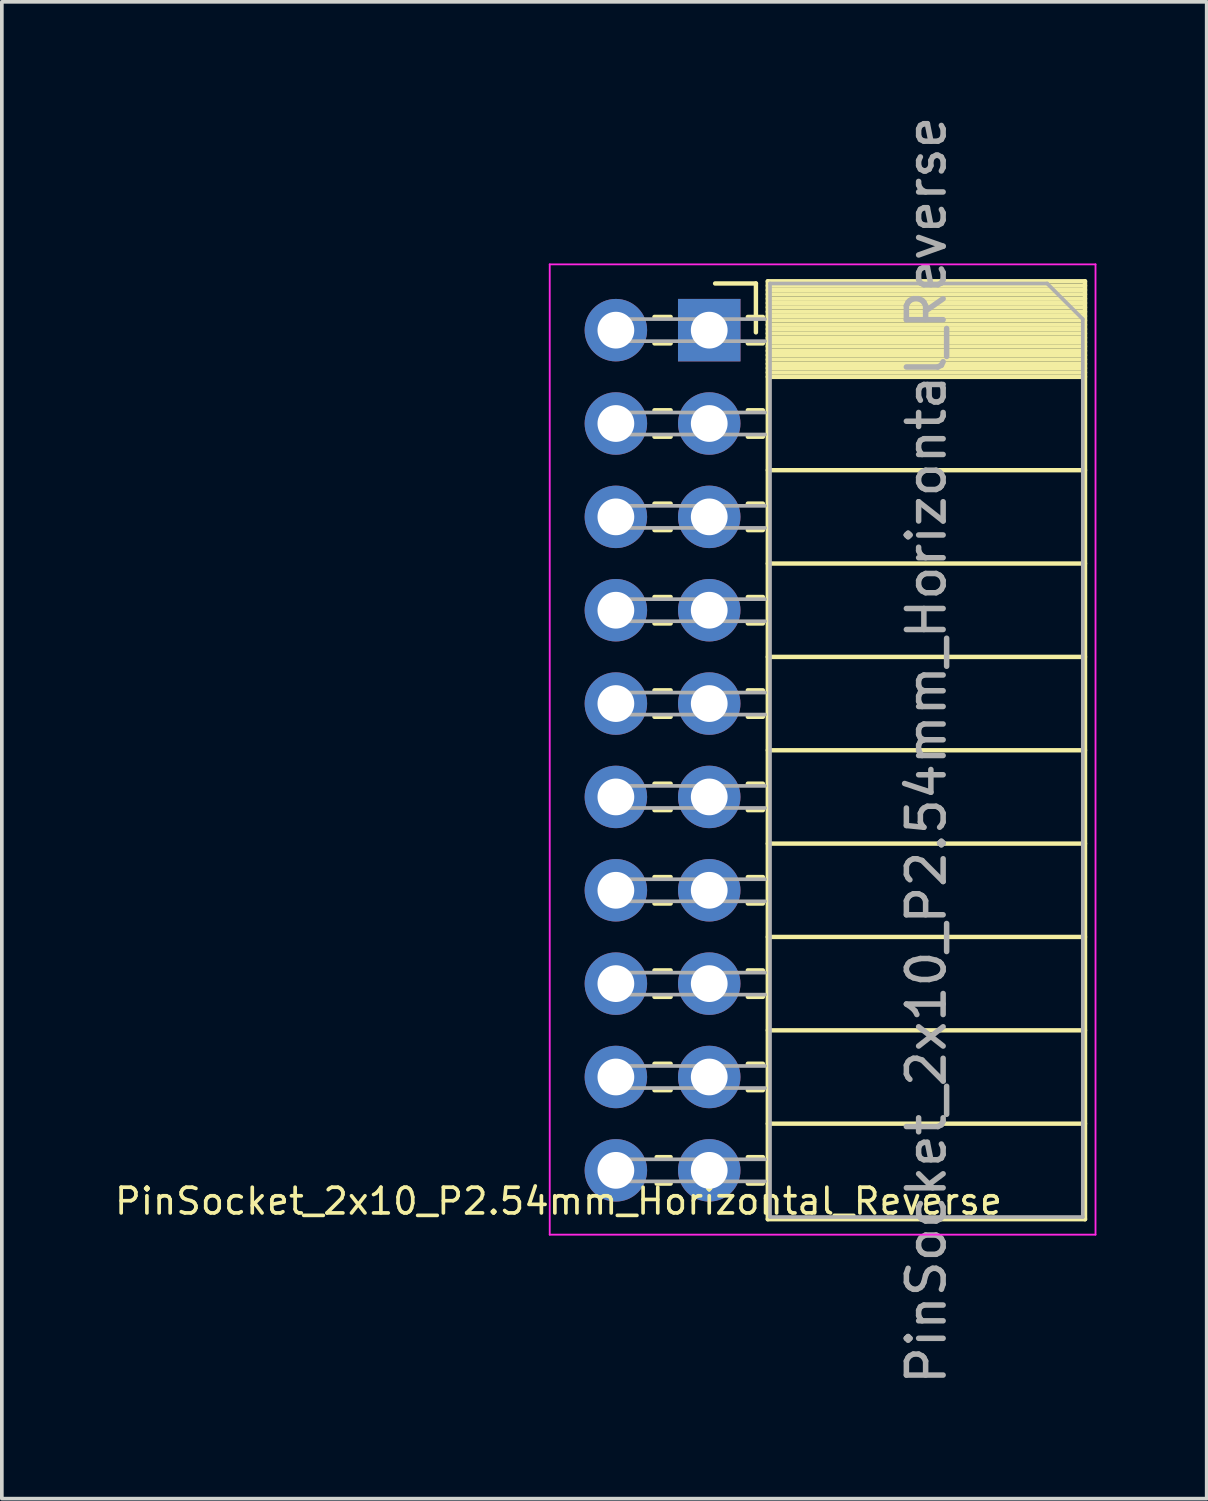
<source format=kicad_pcb>
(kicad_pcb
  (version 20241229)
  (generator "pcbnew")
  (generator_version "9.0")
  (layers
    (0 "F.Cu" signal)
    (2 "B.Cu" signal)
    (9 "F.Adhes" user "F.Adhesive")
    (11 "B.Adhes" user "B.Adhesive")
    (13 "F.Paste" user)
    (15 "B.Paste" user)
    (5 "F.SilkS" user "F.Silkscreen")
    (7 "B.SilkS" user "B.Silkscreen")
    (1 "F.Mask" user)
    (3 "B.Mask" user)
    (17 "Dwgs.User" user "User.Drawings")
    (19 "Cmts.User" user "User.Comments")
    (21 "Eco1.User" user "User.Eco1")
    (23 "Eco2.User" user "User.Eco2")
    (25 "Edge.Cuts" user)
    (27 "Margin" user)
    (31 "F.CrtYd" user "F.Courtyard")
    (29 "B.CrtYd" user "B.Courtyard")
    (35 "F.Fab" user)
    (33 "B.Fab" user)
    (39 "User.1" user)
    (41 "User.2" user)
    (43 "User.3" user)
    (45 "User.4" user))
  (footprint "PinSocket_2x10_P2.54mm_Horizontal_Reverse"
    (layer "F.Cu")
    (at 16.247 5.933)
    (property "Reference" "PinSocket_2x10_P2.54mm_Horizontal_Reverse" (at -4.1 23.7 180) (layer "F.SilkS") (effects (font (size 0.7 0.7) (thickness 0.1))))
    (attr through_hole)
    (fp_line (start -1.05 -0.36) (end -1.49 -0.36) (stroke (width 0.12) (type solid)) (layer "F.SilkS"))
    (fp_line (start -1.05 0.36) (end -1.49 0.36) (stroke (width 0.12) (type solid)) (layer "F.SilkS"))
    (fp_line (start -1.05 2.18) (end -1.49 2.18) (stroke (width 0.12) (type solid)) (layer "F.SilkS"))
    (fp_line (start -1.05 2.9) (end -1.49 2.9) (stroke (width 0.12) (type solid)) (layer "F.SilkS"))
    (fp_line (start -1.05 4.72) (end -1.49 4.72) (stroke (width 0.12) (type solid)) (layer "F.SilkS"))
    (fp_line (start -1.05 5.44) (end -1.49 5.44) (stroke (width 0.12) (type solid)) (layer "F.SilkS"))
    (fp_line (start -1.05 7.26) (end -1.49 7.26) (stroke (width 0.12) (type solid)) (layer "F.SilkS"))
    (fp_line (start -1.05 7.98) (end -1.49 7.98) (stroke (width 0.12) (type solid)) (layer "F.SilkS"))
    (fp_line (start -1.05 9.8) (end -1.49 9.8) (stroke (width 0.12) (type solid)) (layer "F.SilkS"))
    (fp_line (start -1.05 10.52) (end -1.49 10.52) (stroke (width 0.12) (type solid)) (layer "F.SilkS"))
    (fp_line (start -1.05 12.34) (end -1.49 12.34) (stroke (width 0.12) (type solid)) (layer "F.SilkS"))
    (fp_line (start -1.05 13.06) (end -1.49 13.06) (stroke (width 0.12) (type solid)) (layer "F.SilkS"))
    (fp_line (start -1.05 14.88) (end -1.49 14.88) (stroke (width 0.12) (type solid)) (layer "F.SilkS"))
    (fp_line (start -1.05 15.6) (end -1.49 15.6) (stroke (width 0.12) (type solid)) (layer "F.SilkS"))
    (fp_line (start -1.05 17.42) (end -1.49 17.42) (stroke (width 0.12) (type solid)) (layer "F.SilkS"))
    (fp_line (start -1.05 18.14) (end -1.49 18.14) (stroke (width 0.12) (type solid)) (layer "F.SilkS"))
    (fp_line (start -1.05 19.96) (end -1.49 19.96) (stroke (width 0.12) (type solid)) (layer "F.SilkS"))
    (fp_line (start -1.05 20.68) (end -1.49 20.68) (stroke (width 0.12) (type solid)) (layer "F.SilkS"))
    (fp_line (start -1.05 22.5) (end -1.43 22.5) (stroke (width 0.12) (type solid)) (layer "F.SilkS"))
    (fp_line (start -1.05 23.22) (end -1.43 23.22) (stroke (width 0.12) (type solid)) (layer "F.SilkS"))
    (fp_line (start 1.27 -1.27) (end 0.16 -1.27) (stroke (width 0.12) (type solid)) (layer "F.SilkS"))
    (fp_line (start 1.27 0.06) (end 1.27 -1.27) (stroke (width 0.12) (type solid)) (layer "F.SilkS"))
    (fp_line (start 1.46 -0.36) (end 1.05 -0.36) (stroke (width 0.12) (type solid)) (layer "F.SilkS"))
    (fp_line (start 1.46 0.36) (end 1.05 0.36) (stroke (width 0.12) (type solid)) (layer "F.SilkS"))
    (fp_line (start 1.46 2.18) (end 1.05 2.18) (stroke (width 0.12) (type solid)) (layer "F.SilkS"))
    (fp_line (start 1.46 2.9) (end 1.05 2.9) (stroke (width 0.12) (type solid)) (layer "F.SilkS"))
    (fp_line (start 1.46 4.72) (end 1.05 4.72) (stroke (width 0.12) (type solid)) (layer "F.SilkS"))
    (fp_line (start 1.46 5.44) (end 1.05 5.44) (stroke (width 0.12) (type solid)) (layer "F.SilkS"))
    (fp_line (start 1.46 7.26) (end 1.05 7.26) (stroke (width 0.12) (type solid)) (layer "F.SilkS"))
    (fp_line (start 1.46 7.98) (end 1.05 7.98) (stroke (width 0.12) (type solid)) (layer "F.SilkS"))
    (fp_line (start 1.46 9.8) (end 1.05 9.8) (stroke (width 0.12) (type solid)) (layer "F.SilkS"))
    (fp_line (start 1.46 10.52) (end 1.05 10.52) (stroke (width 0.12) (type solid)) (layer "F.SilkS"))
    (fp_line (start 1.46 12.34) (end 1.05 12.34) (stroke (width 0.12) (type solid)) (layer "F.SilkS"))
    (fp_line (start 1.46 13.06) (end 1.05 13.06) (stroke (width 0.12) (type solid)) (layer "F.SilkS"))
    (fp_line (start 1.46 14.88) (end 1.05 14.88) (stroke (width 0.12) (type solid)) (layer "F.SilkS"))
    (fp_line (start 1.46 15.6) (end 1.05 15.6) (stroke (width 0.12) (type solid)) (layer "F.SilkS"))
    (fp_line (start 1.46 17.42) (end 1.05 17.42) (stroke (width 0.12) (type solid)) (layer "F.SilkS"))
    (fp_line (start 1.46 18.14) (end 1.05 18.14) (stroke (width 0.12) (type solid)) (layer "F.SilkS"))
    (fp_line (start 1.46 19.96) (end 1.05 19.96) (stroke (width 0.12) (type solid)) (layer "F.SilkS"))
    (fp_line (start 1.46 20.68) (end 1.05 20.68) (stroke (width 0.12) (type solid)) (layer "F.SilkS"))
    (fp_line (start 1.46 22.5) (end 1.05 22.5) (stroke (width 0.12) (type solid)) (layer "F.SilkS"))
    (fp_line (start 1.46 23.22) (end 1.05 23.22) (stroke (width 0.12) (type solid)) (layer "F.SilkS"))
    (fp_line (start 1.594 -1.33) (end 1.594 24.19) (stroke (width 0.12) (type solid)) (layer "F.SilkS"))
    (fp_line (start 1.594 -1.33) (end 10.224 -1.33) (stroke (width 0.12) (type solid)) (layer "F.SilkS"))
    (fp_line (start 1.594 -1.21) (end 10.224 -1.21) (stroke (width 0.12) (type solid)) (layer "F.SilkS"))
    (fp_line (start 1.594 -1.092) (end 10.224 -1.092) (stroke (width 0.12) (type solid)) (layer "F.SilkS"))
    (fp_line (start 1.594 -0.974) (end 10.224 -0.974) (stroke (width 0.12) (type solid)) (layer "F.SilkS"))
    (fp_line (start 1.594 -0.856) (end 10.224 -0.856) (stroke (width 0.12) (type solid)) (layer "F.SilkS"))
    (fp_line (start 1.594 -0.738) (end 10.224 -0.738) (stroke (width 0.12) (type solid)) (layer "F.SilkS"))
    (fp_line (start 1.594 -0.62) (end 10.224 -0.62) (stroke (width 0.12) (type solid)) (layer "F.SilkS"))
    (fp_line (start 1.594 -0.501) (end 10.224 -0.501) (stroke (width 0.12) (type solid)) (layer "F.SilkS"))
    (fp_line (start 1.594 -0.383) (end 10.224 -0.383) (stroke (width 0.12) (type solid)) (layer "F.SilkS"))
    (fp_line (start 1.594 -0.265) (end 10.224 -0.265) (stroke (width 0.12) (type solid)) (layer "F.SilkS"))
    (fp_line (start 1.594 -0.147) (end 10.224 -0.147) (stroke (width 0.12) (type solid)) (layer "F.SilkS"))
    (fp_line (start 1.594 -0.029) (end 10.224 -0.029) (stroke (width 0.12) (type solid)) (layer "F.SilkS"))
    (fp_line (start 1.594 0.089) (end 10.224 0.089) (stroke (width 0.12) (type solid)) (layer "F.SilkS"))
    (fp_line (start 1.594 0.207) (end 10.224 0.207) (stroke (width 0.12) (type solid)) (layer "F.SilkS"))
    (fp_line (start 1.594 0.325) (end 10.224 0.325) (stroke (width 0.12) (type solid)) (layer "F.SilkS"))
    (fp_line (start 1.594 0.443) (end 10.224 0.443) (stroke (width 0.12) (type solid)) (layer "F.SilkS"))
    (fp_line (start 1.594 0.561) (end 10.224 0.561) (stroke (width 0.12) (type solid)) (layer "F.SilkS"))
    (fp_line (start 1.594 0.68) (end 10.224 0.68) (stroke (width 0.12) (type solid)) (layer "F.SilkS"))
    (fp_line (start 1.594 0.798) (end 10.224 0.798) (stroke (width 0.12) (type solid)) (layer "F.SilkS"))
    (fp_line (start 1.594 0.916) (end 10.224 0.916) (stroke (width 0.12) (type solid)) (layer "F.SilkS"))
    (fp_line (start 1.594 1.034) (end 10.224 1.034) (stroke (width 0.12) (type solid)) (layer "F.SilkS"))
    (fp_line (start 1.594 1.152) (end 10.224 1.152) (stroke (width 0.12) (type solid)) (layer "F.SilkS"))
    (fp_line (start 1.594 1.27) (end 10.224 1.27) (stroke (width 0.12) (type solid)) (layer "F.SilkS"))
    (fp_line (start 1.594 3.81) (end 10.224 3.81) (stroke (width 0.12) (type solid)) (layer "F.SilkS"))
    (fp_line (start 1.594 6.35) (end 10.224 6.35) (stroke (width 0.12) (type solid)) (layer "F.SilkS"))
    (fp_line (start 1.594 8.89) (end 10.224 8.89) (stroke (width 0.12) (type solid)) (layer "F.SilkS"))
    (fp_line (start 1.594 11.43) (end 10.224 11.43) (stroke (width 0.12) (type solid)) (layer "F.SilkS"))
    (fp_line (start 1.594 13.97) (end 10.224 13.97) (stroke (width 0.12) (type solid)) (layer "F.SilkS"))
    (fp_line (start 1.594 16.51) (end 10.224 16.51) (stroke (width 0.12) (type solid)) (layer "F.SilkS"))
    (fp_line (start 1.594 19.05) (end 10.224 19.05) (stroke (width 0.12) (type solid)) (layer "F.SilkS"))
    (fp_line (start 1.594 21.59) (end 10.224 21.59) (stroke (width 0.12) (type solid)) (layer "F.SilkS"))
    (fp_line (start 1.594 24.19) (end 10.224 24.19) (stroke (width 0.12) (type solid)) (layer "F.SilkS"))
    (fp_line (start 10.224 -1.33) (end 10.224 24.19) (stroke (width 0.12) (type solid)) (layer "F.SilkS"))
    (fp_line (start -4.34 -1.79) (end -4.34 24.61) (stroke (width 0.05) (type solid)) (layer "F.CrtYd"))
    (fp_line (start -4.34 24.61) (end 10.51 24.61) (stroke (width 0.05) (type solid)) (layer "F.CrtYd"))
    (fp_line (start 10.51 -1.79) (end -4.34 -1.79) (stroke (width 0.05) (type solid)) (layer "F.CrtYd"))
    (fp_line (start 10.51 24.61) (end 10.51 -1.79) (stroke (width 0.05) (type solid)) (layer "F.CrtYd"))
    (fp_line (start -2.54 -0.3) (end -2.54 0.3) (stroke (width 0.1) (type solid)) (layer "F.Fab"))
    (fp_line (start -2.54 0.3) (end 1.52 0.3) (stroke (width 0.1) (type solid)) (layer "F.Fab"))
    (fp_line (start -2.54 2.24) (end -2.54 2.84) (stroke (width 0.1) (type solid)) (layer "F.Fab"))
    (fp_line (start -2.54 2.84) (end 1.52 2.84) (stroke (width 0.1) (type solid)) (layer "F.Fab"))
    (fp_line (start -2.54 4.78) (end -2.54 5.38) (stroke (width 0.1) (type solid)) (layer "F.Fab"))
    (fp_line (start -2.54 5.38) (end 1.52 5.38) (stroke (width 0.1) (type solid)) (layer "F.Fab"))
    (fp_line (start -2.54 7.32) (end -2.54 7.92) (stroke (width 0.1) (type solid)) (layer "F.Fab"))
    (fp_line (start -2.54 7.92) (end 1.52 7.92) (stroke (width 0.1) (type solid)) (layer "F.Fab"))
    (fp_line (start -2.54 9.86) (end -2.54 10.46) (stroke (width 0.1) (type solid)) (layer "F.Fab"))
    (fp_line (start -2.54 10.46) (end 1.52 10.46) (stroke (width 0.1) (type solid)) (layer "F.Fab"))
    (fp_line (start -2.54 12.4) (end -2.54 13) (stroke (width 0.1) (type solid)) (layer "F.Fab"))
    (fp_line (start -2.54 13) (end 1.52 13) (stroke (width 0.1) (type solid)) (layer "F.Fab"))
    (fp_line (start -2.54 14.94) (end -2.54 15.54) (stroke (width 0.1) (type solid)) (layer "F.Fab"))
    (fp_line (start -2.54 15.54) (end 1.52 15.54) (stroke (width 0.1) (type solid)) (layer "F.Fab"))
    (fp_line (start -2.54 17.48) (end -2.54 18.08) (stroke (width 0.1) (type solid)) (layer "F.Fab"))
    (fp_line (start -2.54 18.08) (end 1.52 18.08) (stroke (width 0.1) (type solid)) (layer "F.Fab"))
    (fp_line (start -2.54 20.02) (end -2.54 20.62) (stroke (width 0.1) (type solid)) (layer "F.Fab"))
    (fp_line (start -2.54 20.62) (end 1.52 20.62) (stroke (width 0.1) (type solid)) (layer "F.Fab"))
    (fp_line (start -2.54 22.56) (end -2.54 23.16) (stroke (width 0.1) (type solid)) (layer "F.Fab"))
    (fp_line (start -2.54 23.16) (end 1.52 23.16) (stroke (width 0.1) (type solid)) (layer "F.Fab"))
    (fp_line (start 1.52 -0.3) (end -2.54 -0.3) (stroke (width 0.1) (type solid)) (layer "F.Fab"))
    (fp_line (start 1.52 2.24) (end -2.54 2.24) (stroke (width 0.1) (type solid)) (layer "F.Fab"))
    (fp_line (start 1.52 4.78) (end -2.54 4.78) (stroke (width 0.1) (type solid)) (layer "F.Fab"))
    (fp_line (start 1.52 7.32) (end -2.54 7.32) (stroke (width 0.1) (type solid)) (layer "F.Fab"))
    (fp_line (start 1.52 9.86) (end -2.54 9.86) (stroke (width 0.1) (type solid)) (layer "F.Fab"))
    (fp_line (start 1.52 12.4) (end -2.54 12.4) (stroke (width 0.1) (type solid)) (layer "F.Fab"))
    (fp_line (start 1.52 14.94) (end -2.54 14.94) (stroke (width 0.1) (type solid)) (layer "F.Fab"))
    (fp_line (start 1.52 17.48) (end -2.54 17.48) (stroke (width 0.1) (type solid)) (layer "F.Fab"))
    (fp_line (start 1.52 20.02) (end -2.54 20.02) (stroke (width 0.1) (type solid)) (layer "F.Fab"))
    (fp_line (start 1.52 22.56) (end -2.54 22.56) (stroke (width 0.1) (type solid)) (layer "F.Fab"))
    (fp_line (start 1.654 -1.27) (end 9.194 -1.27) (stroke (width 0.1) (type solid)) (layer "F.Fab"))
    (fp_line (start 1.654 24.13) (end 1.654 -1.27) (stroke (width 0.1) (type solid)) (layer "F.Fab"))
    (fp_line (start 9.194 -1.27) (end 10.164 -0.3) (stroke (width 0.1) (type solid)) (layer "F.Fab"))
    (fp_line (start 10.164 -0.3) (end 10.164 24.13) (stroke (width 0.1) (type solid)) (layer "F.Fab"))
    (fp_line (start 10.164 24.13) (end 1.654 24.13) (stroke (width 0.1) (type solid)) (layer "F.Fab"))
    (fp_text user "${REFERENCE}" (at 5.909 11.43 90) (layer "F.Fab") (effects (font (size 1 1) (thickness 0.15))))
    (pad "1" thru_hole rect (at 0 0 180) (size 1.7 1.7) (drill 1) (layers "*.Cu" "*.Mask"))
    (pad "2" thru_hole oval (at -2.54 0 180) (size 1.7 1.7) (drill 1) (layers "*.Cu" "*.Mask"))
    (pad "3" thru_hole oval (at 0 2.54 180) (size 1.7 1.7) (drill 1) (layers "*.Cu" "*.Mask"))
    (pad "4" thru_hole oval (at -2.54 2.54 180) (size 1.7 1.7) (drill 1) (layers "*.Cu" "*.Mask"))
    (pad "5" thru_hole oval (at 0 5.08 180) (size 1.7 1.7) (drill 1) (layers "*.Cu" "*.Mask"))
    (pad "6" thru_hole oval (at -2.54 5.08 180) (size 1.7 1.7) (drill 1) (layers "*.Cu" "*.Mask"))
    (pad "7" thru_hole oval (at 0 7.62 180) (size 1.7 1.7) (drill 1) (layers "*.Cu" "*.Mask"))
    (pad "8" thru_hole oval (at -2.54 7.62 180) (size 1.7 1.7) (drill 1) (layers "*.Cu" "*.Mask"))
    (pad "9" thru_hole oval (at 0 10.16 180) (size 1.7 1.7) (drill 1) (layers "*.Cu" "*.Mask"))
    (pad "10" thru_hole oval (at -2.54 10.16 180) (size 1.7 1.7) (drill 1) (layers "*.Cu" "*.Mask"))
    (pad "11" thru_hole oval (at 0 12.7 180) (size 1.7 1.7) (drill 1) (layers "*.Cu" "*.Mask"))
    (pad "12" thru_hole oval (at -2.54 12.7 180) (size 1.7 1.7) (drill 1) (layers "*.Cu" "*.Mask"))
    (pad "13" thru_hole oval (at 0 15.24 180) (size 1.7 1.7) (drill 1) (layers "*.Cu" "*.Mask"))
    (pad "14" thru_hole oval (at -2.54 15.24 180) (size 1.7 1.7) (drill 1) (layers "*.Cu" "*.Mask"))
    (pad "15" thru_hole oval (at 0 17.78 180) (size 1.7 1.7) (drill 1) (layers "*.Cu" "*.Mask"))
    (pad "16" thru_hole oval (at -2.54 17.78 180) (size 1.7 1.7) (drill 1) (layers "*.Cu" "*.Mask"))
    (pad "17" thru_hole oval (at 0 20.32 180) (size 1.7 1.7) (drill 1) (layers "*.Cu" "*.Mask"))
    (pad "18" thru_hole oval (at -2.54 20.32 180) (size 1.7 1.7) (drill 1) (layers "*.Cu" "*.Mask"))
    (pad "19" thru_hole oval (at 0 22.86 180) (size 1.7 1.7) (drill 1) (layers "*.Cu" "*.Mask"))
    (pad "20" thru_hole oval (at -2.54 22.86 180) (size 1.7 1.7) (drill 1) (layers "*.Cu" "*.Mask")))
  (gr_rect
    (start -3 -3)
    (end 29.782 37.726)
    (stroke (width 0.1) (type default))
    (fill no)
    (layer "Edge.Cuts")))
</source>
